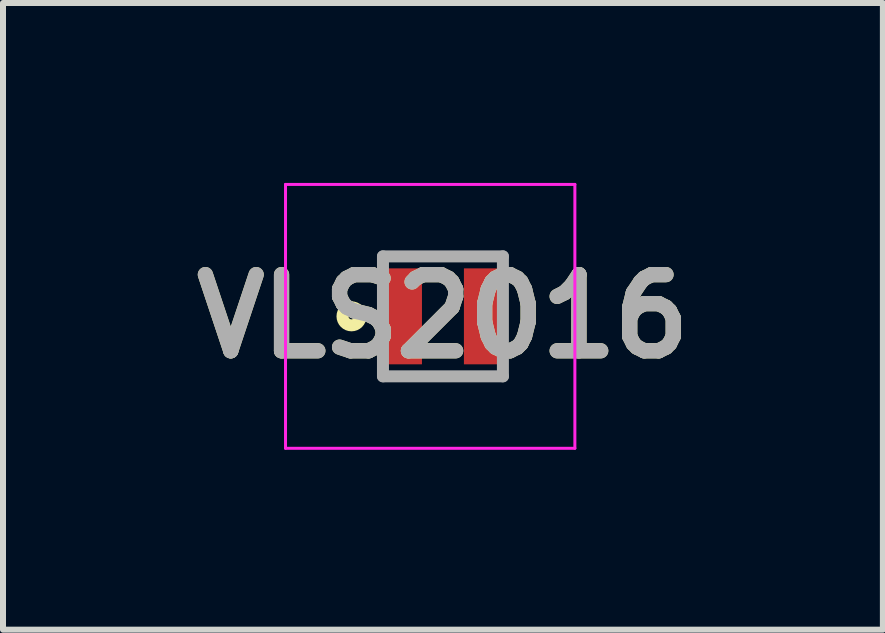
<source format=kicad_pcb>
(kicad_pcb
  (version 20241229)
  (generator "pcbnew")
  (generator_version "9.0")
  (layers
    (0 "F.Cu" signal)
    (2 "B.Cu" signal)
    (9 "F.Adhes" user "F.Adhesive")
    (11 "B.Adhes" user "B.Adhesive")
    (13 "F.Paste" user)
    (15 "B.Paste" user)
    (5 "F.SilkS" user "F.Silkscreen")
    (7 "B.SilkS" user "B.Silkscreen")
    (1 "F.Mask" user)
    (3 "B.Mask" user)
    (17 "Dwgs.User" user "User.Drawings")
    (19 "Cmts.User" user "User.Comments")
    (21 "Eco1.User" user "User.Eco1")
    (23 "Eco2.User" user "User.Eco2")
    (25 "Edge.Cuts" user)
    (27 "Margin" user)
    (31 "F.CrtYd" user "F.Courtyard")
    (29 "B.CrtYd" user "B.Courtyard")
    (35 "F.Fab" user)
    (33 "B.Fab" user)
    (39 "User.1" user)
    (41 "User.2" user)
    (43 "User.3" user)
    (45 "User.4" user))
  (footprint "VLS2016"
    (layer "F.Cu")
    (at 4.336 2.225)
    (property "Reference" "VLS2016" (at 0 0 0) (layer "F.SilkS") (effects (font (size 1.27 1.27) (thickness 0.254))))
    (attr smd)
    (fp_circle (center -1.525 0) (end -1.525 0.05) (stroke (width 0.2) (type solid)) (fill no) (layer "F.SilkS"))
    (fp_line (start -2.625 -2.2) (end 2.2 -2.2) (stroke (width 0.05) (type solid)) (layer "F.CrtYd"))
    (fp_line (start -2.625 2.2) (end -2.625 -2.2) (stroke (width 0.05) (type solid)) (layer "F.CrtYd"))
    (fp_line (start 2.2 -2.2) (end 2.2 2.2) (stroke (width 0.05) (type solid)) (layer "F.CrtYd"))
    (fp_line (start 2.2 2.2) (end -2.625 2.2) (stroke (width 0.05) (type solid)) (layer "F.CrtYd"))
    (fp_line (start -1 -1) (end 1 -1) (stroke (width 0.2) (type solid)) (layer "F.Fab"))
    (fp_line (start -1 1) (end -1 -1) (stroke (width 0.2) (type solid)) (layer "F.Fab"))
    (fp_line (start 1 -1) (end 1 1) (stroke (width 0.2) (type solid)) (layer "F.Fab"))
    (fp_line (start 1 1) (end -1 1) (stroke (width 0.2) (type solid)) (layer "F.Fab"))
    (fp_text user "${REFERENCE}" (at 0 0 0) (layer "F.Fab") (effects (font (size 1.27 1.27) (thickness 0.254))))
    (pad "1" smd rect (at -0.675 0) (size 0.65 1.6) (layers "F.Cu" "F.Mask" "F.Paste"))
    (pad "2" smd rect (at 0.675 0) (size 0.65 1.6) (layers "F.Cu" "F.Mask" "F.Paste")))
  (gr_rect
    (start -3 -3)
    (end 11.672 7.45)
    (stroke (width 0.1) (type default))
    (fill no)
    (layer "Edge.Cuts")))
</source>
